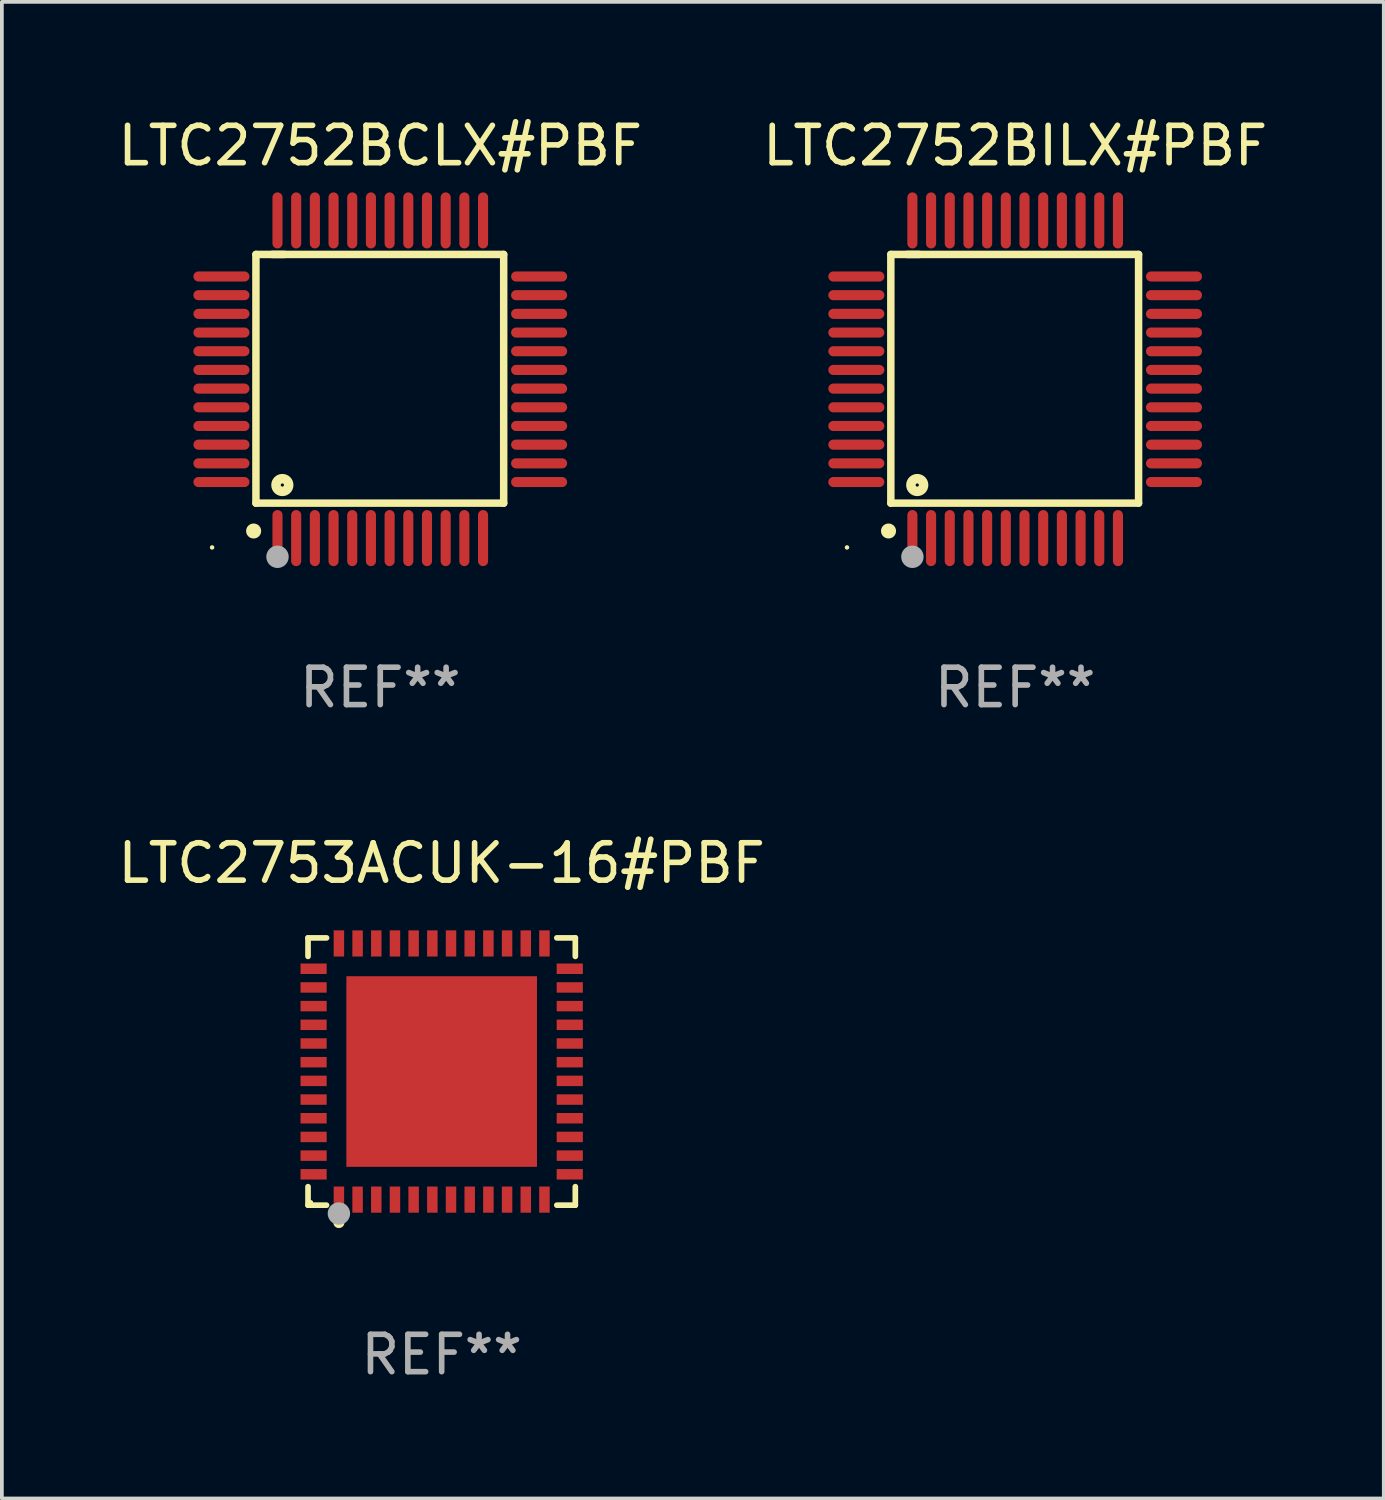
<source format=kicad_pcb>
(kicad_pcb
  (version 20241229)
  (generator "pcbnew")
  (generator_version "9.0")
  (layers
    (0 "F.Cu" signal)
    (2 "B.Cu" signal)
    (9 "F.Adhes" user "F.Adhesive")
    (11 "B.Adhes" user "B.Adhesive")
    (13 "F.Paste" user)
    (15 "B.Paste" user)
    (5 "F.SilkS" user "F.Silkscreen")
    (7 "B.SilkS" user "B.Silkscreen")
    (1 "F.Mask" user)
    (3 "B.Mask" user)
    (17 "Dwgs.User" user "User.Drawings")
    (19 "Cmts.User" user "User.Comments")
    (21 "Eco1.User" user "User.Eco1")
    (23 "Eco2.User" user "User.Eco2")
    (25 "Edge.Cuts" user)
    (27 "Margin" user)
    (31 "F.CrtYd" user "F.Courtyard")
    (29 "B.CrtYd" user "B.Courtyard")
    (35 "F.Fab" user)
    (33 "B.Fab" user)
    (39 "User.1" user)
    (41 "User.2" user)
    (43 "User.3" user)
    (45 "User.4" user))
  (footprint "LTC2752BCLX#PBF"
    (layer "F.Cu")
    (at 7.125 7.098)
    (property "Reference" "LTC2752BCLX#PBF" (at 0 -6.25 0) (layer "F.SilkS") (effects (font (size 1 1) (thickness 0.15))))
    (attr through_hole)
    (fp_line (start -3.327 -3.34) (end -2.565 -3.34) (stroke (width 0.2) (type solid)) (layer "F.SilkS"))
    (fp_line (start -3.327 3.315) (end -3.327 -3.34) (stroke (width 0.2) (type solid)) (layer "F.SilkS"))
    (fp_line (start -2.896 -3.34) (end 3.302 -3.34) (stroke (width 0.2) (type solid)) (layer "F.SilkS"))
    (fp_line (start 3.302 -3.34) (end 3.302 3.315) (stroke (width 0.2) (type solid)) (layer "F.SilkS"))
    (fp_line (start 3.302 3.315) (end -3.327 3.315) (stroke (width 0.2) (type solid)) (layer "F.SilkS"))
    (fp_arc (start -3.389992 4.059995) (mid -3.388722 4.059991) (end -3.387452 4.059995) (stroke (width 0.4) (type solid)) (layer "F.SilkS"))
    (fp_circle (center -4.5 4.5) (end -4.47 4.5) (stroke (width 0.06) (type solid)) (fill no) (layer "F.SilkS"))
    (fp_circle (center -2.62 2.83) (end -2.45 2.83) (stroke (width 0.254) (type solid)) (fill no) (layer "F.SilkS"))
    (fp_circle (center -2.75 4.75) (end -2.6 4.75) (stroke (width 0.3) (type solid)) (fill no) (layer "F.Fab"))
    (fp_text user "REF**" (at 0 8.25 0) (layer "F.Fab") (effects (font (size 1 1) (thickness 0.15))))
    (pad "1" smd oval (at -2.75 4.25) (size 0.27 1.5) (layers "F.Cu" "F.Mask" "F.Paste"))
    (pad "2" smd oval (at -2.25 4.25) (size 0.27 1.5) (layers "F.Cu" "F.Mask" "F.Paste"))
    (pad "3" smd oval (at -1.75 4.25) (size 0.27 1.5) (layers "F.Cu" "F.Mask" "F.Paste"))
    (pad "4" smd oval (at -1.25 4.25) (size 0.27 1.5) (layers "F.Cu" "F.Mask" "F.Paste"))
    (pad "5" smd oval (at -0.75 4.25) (size 0.27 1.5) (layers "F.Cu" "F.Mask" "F.Paste"))
    (pad "6" smd oval (at -0.25 4.25) (size 0.27 1.5) (layers "F.Cu" "F.Mask" "F.Paste"))
    (pad "7" smd oval (at 0.25 4.25) (size 0.27 1.5) (layers "F.Cu" "F.Mask" "F.Paste"))
    (pad "8" smd oval (at 0.75 4.25) (size 0.27 1.5) (layers "F.Cu" "F.Mask" "F.Paste"))
    (pad "9" smd oval (at 1.25 4.25) (size 0.27 1.5) (layers "F.Cu" "F.Mask" "F.Paste"))
    (pad "10" smd oval (at 1.75 4.25) (size 0.27 1.5) (layers "F.Cu" "F.Mask" "F.Paste"))
    (pad "11" smd oval (at 2.25 4.25) (size 0.27 1.5) (layers "F.Cu" "F.Mask" "F.Paste"))
    (pad "12" smd oval (at 2.75 4.25) (size 0.27 1.5) (layers "F.Cu" "F.Mask" "F.Paste"))
    (pad "13" smd oval (at 4.25 2.75) (size 1.5 0.27) (layers "F.Cu" "F.Mask" "F.Paste"))
    (pad "14" smd oval (at 4.25 2.25) (size 1.5 0.27) (layers "F.Cu" "F.Mask" "F.Paste"))
    (pad "15" smd oval (at 4.25 1.75) (size 1.5 0.27) (layers "F.Cu" "F.Mask" "F.Paste"))
    (pad "16" smd oval (at 4.25 1.25) (size 1.5 0.27) (layers "F.Cu" "F.Mask" "F.Paste"))
    (pad "17" smd oval (at 4.25 0.75) (size 1.5 0.27) (layers "F.Cu" "F.Mask" "F.Paste"))
    (pad "18" smd oval (at 4.25 0.25) (size 1.5 0.27) (layers "F.Cu" "F.Mask" "F.Paste"))
    (pad "19" smd oval (at 4.25 -0.25) (size 1.5 0.27) (layers "F.Cu" "F.Mask" "F.Paste"))
    (pad "20" smd oval (at 4.25 -0.75) (size 1.5 0.27) (layers "F.Cu" "F.Mask" "F.Paste"))
    (pad "21" smd oval (at 4.25 -1.25) (size 1.5 0.27) (layers "F.Cu" "F.Mask" "F.Paste"))
    (pad "22" smd oval (at 4.25 -1.75) (size 1.5 0.27) (layers "F.Cu" "F.Mask" "F.Paste"))
    (pad "23" smd oval (at 4.25 -2.25) (size 1.5 0.27) (layers "F.Cu" "F.Mask" "F.Paste"))
    (pad "24" smd oval (at 4.25 -2.75) (size 1.5 0.27) (layers "F.Cu" "F.Mask" "F.Paste"))
    (pad "25" smd oval (at 2.75 -4.25) (size 0.27 1.5) (layers "F.Cu" "F.Mask" "F.Paste"))
    (pad "26" smd oval (at 2.25 -4.25) (size 0.27 1.5) (layers "F.Cu" "F.Mask" "F.Paste"))
    (pad "27" smd oval (at 1.75 -4.25) (size 0.27 1.5) (layers "F.Cu" "F.Mask" "F.Paste"))
    (pad "28" smd oval (at 1.25 -4.25) (size 0.27 1.5) (layers "F.Cu" "F.Mask" "F.Paste"))
    (pad "29" smd oval (at 0.75 -4.25) (size 0.27 1.5) (layers "F.Cu" "F.Mask" "F.Paste"))
    (pad "30" smd oval (at 0.25 -4.25) (size 0.27 1.5) (layers "F.Cu" "F.Mask" "F.Paste"))
    (pad "31" smd oval (at -0.25 -4.25) (size 0.27 1.5) (layers "F.Cu" "F.Mask" "F.Paste"))
    (pad "32" smd oval (at -0.75 -4.25) (size 0.27 1.5) (layers "F.Cu" "F.Mask" "F.Paste"))
    (pad "33" smd oval (at -1.25 -4.25) (size 0.27 1.5) (layers "F.Cu" "F.Mask" "F.Paste"))
    (pad "34" smd oval (at -1.75 -4.25) (size 0.27 1.5) (layers "F.Cu" "F.Mask" "F.Paste"))
    (pad "35" smd oval (at -2.25 -4.25) (size 0.27 1.5) (layers "F.Cu" "F.Mask" "F.Paste"))
    (pad "36" smd oval (at -2.75 -4.25) (size 0.27 1.5) (layers "F.Cu" "F.Mask" "F.Paste"))
    (pad "37" smd oval (at -4.25 -2.75) (size 1.5 0.27) (layers "F.Cu" "F.Mask" "F.Paste"))
    (pad "38" smd oval (at -4.25 -2.25) (size 1.5 0.27) (layers "F.Cu" "F.Mask" "F.Paste"))
    (pad "39" smd oval (at -4.25 -1.75) (size 1.5 0.27) (layers "F.Cu" "F.Mask" "F.Paste"))
    (pad "40" smd oval (at -4.25 -1.25) (size 1.5 0.27) (layers "F.Cu" "F.Mask" "F.Paste"))
    (pad "41" smd oval (at -4.25 -0.75) (size 1.5 0.27) (layers "F.Cu" "F.Mask" "F.Paste"))
    (pad "42" smd oval (at -4.25 -0.25) (size 1.5 0.27) (layers "F.Cu" "F.Mask" "F.Paste"))
    (pad "43" smd oval (at -4.25 0.25) (size 1.5 0.27) (layers "F.Cu" "F.Mask" "F.Paste"))
    (pad "44" smd oval (at -4.25 0.75) (size 1.5 0.27) (layers "F.Cu" "F.Mask" "F.Paste"))
    (pad "45" smd oval (at -4.25 1.25) (size 1.5 0.27) (layers "F.Cu" "F.Mask" "F.Paste"))
    (pad "46" smd oval (at -4.25 1.75) (size 1.5 0.27) (layers "F.Cu" "F.Mask" "F.Paste"))
    (pad "47" smd oval (at -4.25 2.25) (size 1.5 0.27) (layers "F.Cu" "F.Mask" "F.Paste"))
    (pad "48" smd oval (at -4.25 2.75) (size 1.5 0.27) (layers "F.Cu" "F.Mask" "F.Paste")))
  (footprint "LTC2753ACUK-16#PBF"
    (layer "F.Cu")
    (at 8.768 25.621)
    (property "Reference" "LTC2753ACUK-16#PBF" (at 0 -5.576 0) (layer "F.SilkS") (effects (font (size 1 1) (thickness 0.15))))
    (attr through_hole)
    (fp_line (start -3.576 -3.576) (end -3.081 -3.576) (stroke (width 0.152) (type solid)) (layer "F.SilkS"))
    (fp_line (start -3.576 -3.081) (end -3.576 -3.576) (stroke (width 0.152) (type solid)) (layer "F.SilkS"))
    (fp_line (start -3.576 3.081) (end -3.576 3.576) (stroke (width 0.152) (type solid)) (layer "F.SilkS"))
    (fp_line (start -3.576 3.576) (end -3.081 3.576) (stroke (width 0.152) (type solid)) (layer "F.SilkS"))
    (fp_line (start 3.576 -3.576) (end 3.081 -3.576) (stroke (width 0.152) (type solid)) (layer "F.SilkS"))
    (fp_line (start 3.576 -3.081) (end 3.576 -3.576) (stroke (width 0.152) (type solid)) (layer "F.SilkS"))
    (fp_line (start 3.576 3.081) (end 3.576 3.576) (stroke (width 0.152) (type solid)) (layer "F.SilkS"))
    (fp_line (start 3.576 3.576) (end 3.081 3.576) (stroke (width 0.152) (type solid)) (layer "F.SilkS"))
    (fp_circle (center -3.5 3.5) (end -3.47 3.5) (stroke (width 0.06) (type solid)) (fill no) (layer "F.SilkS"))
    (fp_circle (center -2.75 4.04) (end -2.675 4.04) (stroke (width 0.15) (type solid)) (fill no) (layer "F.SilkS"))
    (fp_circle (center -2.75 3.8) (end -2.6 3.8) (stroke (width 0.3) (type solid)) (fill no) (layer "F.Fab"))
    (fp_text user "REF**" (at 0 7.576 0) (layer "F.Fab") (effects (font (size 1 1) (thickness 0.15))))
    (pad "1" smd rect (at -2.75 3.427) (size 0.28 0.7) (layers "F.Cu" "F.Mask" "F.Paste"))
    (pad "2" smd rect (at -2.25 3.427) (size 0.28 0.7) (layers "F.Cu" "F.Mask" "F.Paste"))
    (pad "3" smd rect (at -1.75 3.427) (size 0.28 0.7) (layers "F.Cu" "F.Mask" "F.Paste"))
    (pad "4" smd rect (at -1.25 3.427) (size 0.28 0.7) (layers "F.Cu" "F.Mask" "F.Paste"))
    (pad "5" smd rect (at -0.75 3.427) (size 0.28 0.7) (layers "F.Cu" "F.Mask" "F.Paste"))
    (pad "6" smd rect (at -0.25 3.427) (size 0.28 0.7) (layers "F.Cu" "F.Mask" "F.Paste"))
    (pad "7" smd rect (at 0.25 3.427) (size 0.28 0.7) (layers "F.Cu" "F.Mask" "F.Paste"))
    (pad "8" smd rect (at 0.75 3.427) (size 0.28 0.7) (layers "F.Cu" "F.Mask" "F.Paste"))
    (pad "9" smd rect (at 1.25 3.427) (size 0.28 0.7) (layers "F.Cu" "F.Mask" "F.Paste"))
    (pad "10" smd rect (at 1.75 3.427) (size 0.28 0.7) (layers "F.Cu" "F.Mask" "F.Paste"))
    (pad "11" smd rect (at 2.25 3.427) (size 0.28 0.7) (layers "F.Cu" "F.Mask" "F.Paste"))
    (pad "12" smd rect (at 2.75 3.427) (size 0.28 0.7) (layers "F.Cu" "F.Mask" "F.Paste"))
    (pad "13" smd rect (at 3.427 2.75) (size 0.7 0.28) (layers "F.Cu" "F.Mask" "F.Paste"))
    (pad "14" smd rect (at 3.427 2.25) (size 0.7 0.28) (layers "F.Cu" "F.Mask" "F.Paste"))
    (pad "15" smd rect (at 3.427 1.75) (size 0.7 0.28) (layers "F.Cu" "F.Mask" "F.Paste"))
    (pad "16" smd rect (at 3.427 1.25) (size 0.7 0.28) (layers "F.Cu" "F.Mask" "F.Paste"))
    (pad "17" smd rect (at 3.427 0.75) (size 0.7 0.28) (layers "F.Cu" "F.Mask" "F.Paste"))
    (pad "18" smd rect (at 3.427 0.25) (size 0.7 0.28) (layers "F.Cu" "F.Mask" "F.Paste"))
    (pad "19" smd rect (at 3.427 -0.25) (size 0.7 0.28) (layers "F.Cu" "F.Mask" "F.Paste"))
    (pad "20" smd rect (at 3.427 -0.75) (size 0.7 0.28) (layers "F.Cu" "F.Mask" "F.Paste"))
    (pad "21" smd rect (at 3.427 -1.25) (size 0.7 0.28) (layers "F.Cu" "F.Mask" "F.Paste"))
    (pad "22" smd rect (at 3.427 -1.75) (size 0.7 0.28) (layers "F.Cu" "F.Mask" "F.Paste"))
    (pad "23" smd rect (at 3.427 -2.25) (size 0.7 0.28) (layers "F.Cu" "F.Mask" "F.Paste"))
    (pad "24" smd rect (at 3.427 -2.75) (size 0.7 0.28) (layers "F.Cu" "F.Mask" "F.Paste"))
    (pad "25" smd rect (at 2.75 -3.427) (size 0.28 0.7) (layers "F.Cu" "F.Mask" "F.Paste"))
    (pad "26" smd rect (at 2.25 -3.427) (size 0.28 0.7) (layers "F.Cu" "F.Mask" "F.Paste"))
    (pad "27" smd rect (at 1.75 -3.427) (size 0.28 0.7) (layers "F.Cu" "F.Mask" "F.Paste"))
    (pad "28" smd rect (at 1.25 -3.427) (size 0.28 0.7) (layers "F.Cu" "F.Mask" "F.Paste"))
    (pad "29" smd rect (at 0.75 -3.427) (size 0.28 0.7) (layers "F.Cu" "F.Mask" "F.Paste"))
    (pad "30" smd rect (at 0.25 -3.427) (size 0.28 0.7) (layers "F.Cu" "F.Mask" "F.Paste"))
    (pad "31" smd rect (at -0.25 -3.427) (size 0.28 0.7) (layers "F.Cu" "F.Mask" "F.Paste"))
    (pad "32" smd rect (at -0.75 -3.427) (size 0.28 0.7) (layers "F.Cu" "F.Mask" "F.Paste"))
    (pad "33" smd rect (at -1.25 -3.427) (size 0.28 0.7) (layers "F.Cu" "F.Mask" "F.Paste"))
    (pad "34" smd rect (at -1.75 -3.427) (size 0.28 0.7) (layers "F.Cu" "F.Mask" "F.Paste"))
    (pad "35" smd rect (at -2.25 -3.427) (size 0.28 0.7) (layers "F.Cu" "F.Mask" "F.Paste"))
    (pad "36" smd rect (at -2.75 -3.427) (size 0.28 0.7) (layers "F.Cu" "F.Mask" "F.Paste"))
    (pad "37" smd rect (at -3.427 -2.75) (size 0.7 0.28) (layers "F.Cu" "F.Mask" "F.Paste"))
    (pad "38" smd rect (at -3.427 -2.25) (size 0.7 0.28) (layers "F.Cu" "F.Mask" "F.Paste"))
    (pad "39" smd rect (at -3.427 -1.75) (size 0.7 0.28) (layers "F.Cu" "F.Mask" "F.Paste"))
    (pad "40" smd rect (at -3.427 -1.25) (size 0.7 0.28) (layers "F.Cu" "F.Mask" "F.Paste"))
    (pad "41" smd rect (at -3.427 -0.75) (size 0.7 0.28) (layers "F.Cu" "F.Mask" "F.Paste"))
    (pad "42" smd rect (at -3.427 -0.25) (size 0.7 0.28) (layers "F.Cu" "F.Mask" "F.Paste"))
    (pad "43" smd rect (at -3.427 0.25) (size 0.7 0.28) (layers "F.Cu" "F.Mask" "F.Paste"))
    (pad "44" smd rect (at -3.427 0.75) (size 0.7 0.28) (layers "F.Cu" "F.Mask" "F.Paste"))
    (pad "45" smd rect (at -3.427 1.25) (size 0.7 0.28) (layers "F.Cu" "F.Mask" "F.Paste"))
    (pad "46" smd rect (at -3.427 1.75) (size 0.7 0.28) (layers "F.Cu" "F.Mask" "F.Paste"))
    (pad "47" smd rect (at -3.427 2.25) (size 0.7 0.28) (layers "F.Cu" "F.Mask" "F.Paste"))
    (pad "48" smd rect (at -3.427 2.75) (size 0.7 0.28) (layers "F.Cu" "F.Mask" "F.Paste"))
    (pad "49" smd rect (at 0 0) (size 5.1 5.1) (layers "F.Cu" "F.Mask" "F.Paste")))
  (footprint "LTC2752BILX#PBF"
    (layer "F.Cu")
    (at 24.113 7.098)
    (property "Reference" "LTC2752BILX#PBF" (at 0 -6.25 0) (layer "F.SilkS") (effects (font (size 1 1) (thickness 0.15))))
    (attr through_hole)
    (fp_line (start -3.327 -3.34) (end -2.565 -3.34) (stroke (width 0.2) (type solid)) (layer "F.SilkS"))
    (fp_line (start -3.327 3.315) (end -3.327 -3.34) (stroke (width 0.2) (type solid)) (layer "F.SilkS"))
    (fp_line (start -2.896 -3.34) (end 3.302 -3.34) (stroke (width 0.2) (type solid)) (layer "F.SilkS"))
    (fp_line (start 3.302 -3.34) (end 3.302 3.315) (stroke (width 0.2) (type solid)) (layer "F.SilkS"))
    (fp_line (start 3.302 3.315) (end -3.327 3.315) (stroke (width 0.2) (type solid)) (layer "F.SilkS"))
    (fp_arc (start -3.389992 4.059995) (mid -3.388722 4.059991) (end -3.387452 4.059995) (stroke (width 0.4) (type solid)) (layer "F.SilkS"))
    (fp_circle (center -4.5 4.5) (end -4.47 4.5) (stroke (width 0.06) (type solid)) (fill no) (layer "F.SilkS"))
    (fp_circle (center -2.62 2.83) (end -2.45 2.83) (stroke (width 0.254) (type solid)) (fill no) (layer "F.SilkS"))
    (fp_circle (center -2.75 4.75) (end -2.6 4.75) (stroke (width 0.3) (type solid)) (fill no) (layer "F.Fab"))
    (fp_text user "REF**" (at 0 8.25 0) (layer "F.Fab") (effects (font (size 1 1) (thickness 0.15))))
    (pad "1" smd oval (at -2.75 4.25) (size 0.27 1.5) (layers "F.Cu" "F.Mask" "F.Paste"))
    (pad "2" smd oval (at -2.25 4.25) (size 0.27 1.5) (layers "F.Cu" "F.Mask" "F.Paste"))
    (pad "3" smd oval (at -1.75 4.25) (size 0.27 1.5) (layers "F.Cu" "F.Mask" "F.Paste"))
    (pad "4" smd oval (at -1.25 4.25) (size 0.27 1.5) (layers "F.Cu" "F.Mask" "F.Paste"))
    (pad "5" smd oval (at -0.75 4.25) (size 0.27 1.5) (layers "F.Cu" "F.Mask" "F.Paste"))
    (pad "6" smd oval (at -0.25 4.25) (size 0.27 1.5) (layers "F.Cu" "F.Mask" "F.Paste"))
    (pad "7" smd oval (at 0.25 4.25) (size 0.27 1.5) (layers "F.Cu" "F.Mask" "F.Paste"))
    (pad "8" smd oval (at 0.75 4.25) (size 0.27 1.5) (layers "F.Cu" "F.Mask" "F.Paste"))
    (pad "9" smd oval (at 1.25 4.25) (size 0.27 1.5) (layers "F.Cu" "F.Mask" "F.Paste"))
    (pad "10" smd oval (at 1.75 4.25) (size 0.27 1.5) (layers "F.Cu" "F.Mask" "F.Paste"))
    (pad "11" smd oval (at 2.25 4.25) (size 0.27 1.5) (layers "F.Cu" "F.Mask" "F.Paste"))
    (pad "12" smd oval (at 2.75 4.25) (size 0.27 1.5) (layers "F.Cu" "F.Mask" "F.Paste"))
    (pad "13" smd oval (at 4.25 2.75) (size 1.5 0.27) (layers "F.Cu" "F.Mask" "F.Paste"))
    (pad "14" smd oval (at 4.25 2.25) (size 1.5 0.27) (layers "F.Cu" "F.Mask" "F.Paste"))
    (pad "15" smd oval (at 4.25 1.75) (size 1.5 0.27) (layers "F.Cu" "F.Mask" "F.Paste"))
    (pad "16" smd oval (at 4.25 1.25) (size 1.5 0.27) (layers "F.Cu" "F.Mask" "F.Paste"))
    (pad "17" smd oval (at 4.25 0.75) (size 1.5 0.27) (layers "F.Cu" "F.Mask" "F.Paste"))
    (pad "18" smd oval (at 4.25 0.25) (size 1.5 0.27) (layers "F.Cu" "F.Mask" "F.Paste"))
    (pad "19" smd oval (at 4.25 -0.25) (size 1.5 0.27) (layers "F.Cu" "F.Mask" "F.Paste"))
    (pad "20" smd oval (at 4.25 -0.75) (size 1.5 0.27) (layers "F.Cu" "F.Mask" "F.Paste"))
    (pad "21" smd oval (at 4.25 -1.25) (size 1.5 0.27) (layers "F.Cu" "F.Mask" "F.Paste"))
    (pad "22" smd oval (at 4.25 -1.75) (size 1.5 0.27) (layers "F.Cu" "F.Mask" "F.Paste"))
    (pad "23" smd oval (at 4.25 -2.25) (size 1.5 0.27) (layers "F.Cu" "F.Mask" "F.Paste"))
    (pad "24" smd oval (at 4.25 -2.75) (size 1.5 0.27) (layers "F.Cu" "F.Mask" "F.Paste"))
    (pad "25" smd oval (at 2.75 -4.25) (size 0.27 1.5) (layers "F.Cu" "F.Mask" "F.Paste"))
    (pad "26" smd oval (at 2.25 -4.25) (size 0.27 1.5) (layers "F.Cu" "F.Mask" "F.Paste"))
    (pad "27" smd oval (at 1.75 -4.25) (size 0.27 1.5) (layers "F.Cu" "F.Mask" "F.Paste"))
    (pad "28" smd oval (at 1.25 -4.25) (size 0.27 1.5) (layers "F.Cu" "F.Mask" "F.Paste"))
    (pad "29" smd oval (at 0.75 -4.25) (size 0.27 1.5) (layers "F.Cu" "F.Mask" "F.Paste"))
    (pad "30" smd oval (at 0.25 -4.25) (size 0.27 1.5) (layers "F.Cu" "F.Mask" "F.Paste"))
    (pad "31" smd oval (at -0.25 -4.25) (size 0.27 1.5) (layers "F.Cu" "F.Mask" "F.Paste"))
    (pad "32" smd oval (at -0.75 -4.25) (size 0.27 1.5) (layers "F.Cu" "F.Mask" "F.Paste"))
    (pad "33" smd oval (at -1.25 -4.25) (size 0.27 1.5) (layers "F.Cu" "F.Mask" "F.Paste"))
    (pad "34" smd oval (at -1.75 -4.25) (size 0.27 1.5) (layers "F.Cu" "F.Mask" "F.Paste"))
    (pad "35" smd oval (at -2.25 -4.25) (size 0.27 1.5) (layers "F.Cu" "F.Mask" "F.Paste"))
    (pad "36" smd oval (at -2.75 -4.25) (size 0.27 1.5) (layers "F.Cu" "F.Mask" "F.Paste"))
    (pad "37" smd oval (at -4.25 -2.75) (size 1.5 0.27) (layers "F.Cu" "F.Mask" "F.Paste"))
    (pad "38" smd oval (at -4.25 -2.25) (size 1.5 0.27) (layers "F.Cu" "F.Mask" "F.Paste"))
    (pad "39" smd oval (at -4.25 -1.75) (size 1.5 0.27) (layers "F.Cu" "F.Mask" "F.Paste"))
    (pad "40" smd oval (at -4.25 -1.25) (size 1.5 0.27) (layers "F.Cu" "F.Mask" "F.Paste"))
    (pad "41" smd oval (at -4.25 -0.75) (size 1.5 0.27) (layers "F.Cu" "F.Mask" "F.Paste"))
    (pad "42" smd oval (at -4.25 -0.25) (size 1.5 0.27) (layers "F.Cu" "F.Mask" "F.Paste"))
    (pad "43" smd oval (at -4.25 0.25) (size 1.5 0.27) (layers "F.Cu" "F.Mask" "F.Paste"))
    (pad "44" smd oval (at -4.25 0.75) (size 1.5 0.27) (layers "F.Cu" "F.Mask" "F.Paste"))
    (pad "45" smd oval (at -4.25 1.25) (size 1.5 0.27) (layers "F.Cu" "F.Mask" "F.Paste"))
    (pad "46" smd oval (at -4.25 1.75) (size 1.5 0.27) (layers "F.Cu" "F.Mask" "F.Paste"))
    (pad "47" smd oval (at -4.25 2.25) (size 1.5 0.27) (layers "F.Cu" "F.Mask" "F.Paste"))
    (pad "48" smd oval (at -4.25 2.75) (size 1.5 0.27) (layers "F.Cu" "F.Mask" "F.Paste")))
  (gr_rect
    (start -3 -3)
    (end 33.976 37.045)
    (stroke (width 0.1) (type default))
    (fill no)
    (layer "Edge.Cuts")))
</source>
